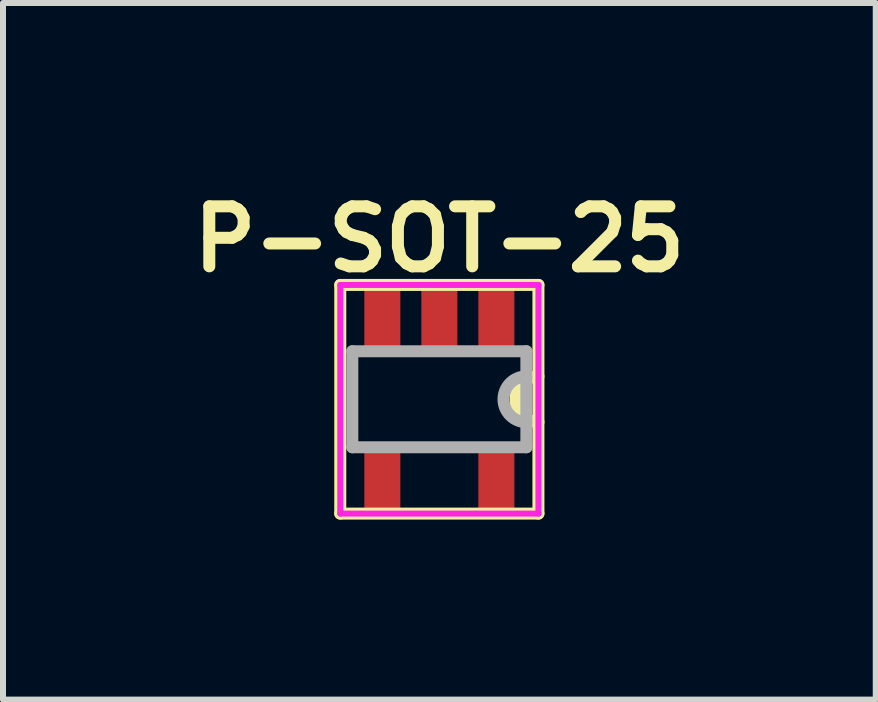
<source format=kicad_pcb>
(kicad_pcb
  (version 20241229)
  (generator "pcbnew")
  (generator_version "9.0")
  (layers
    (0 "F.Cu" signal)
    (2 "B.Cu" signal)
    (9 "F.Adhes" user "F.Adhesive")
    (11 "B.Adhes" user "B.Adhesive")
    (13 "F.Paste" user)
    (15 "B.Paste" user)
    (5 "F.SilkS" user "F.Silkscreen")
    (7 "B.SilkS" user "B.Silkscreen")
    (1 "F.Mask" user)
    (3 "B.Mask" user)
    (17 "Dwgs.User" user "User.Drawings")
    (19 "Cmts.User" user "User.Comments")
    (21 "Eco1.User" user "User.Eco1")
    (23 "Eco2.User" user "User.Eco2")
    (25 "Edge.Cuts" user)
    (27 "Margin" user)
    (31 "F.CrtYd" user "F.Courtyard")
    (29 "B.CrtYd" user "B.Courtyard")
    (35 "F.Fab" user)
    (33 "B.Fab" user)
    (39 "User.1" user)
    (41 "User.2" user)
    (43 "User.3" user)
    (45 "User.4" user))
  (footprint "P-SOT-25"
    (layer "F.Cu")
    (at 4.271 3.603)
    (property "Reference" "P-SOT-25" (at 0 -2.667 0) (layer "F.SilkS") (effects (font (size 1 1) (thickness 0.2))))
    (attr through_hole)
    (fp_line (start -1.651 1.905) (end -1.651 -1.905) (stroke (width 0.2) (type solid)) (layer "F.SilkS"))
    (fp_line (start -1.651 1.905) (end 1.651 1.905) (stroke (width 0.2) (type solid)) (layer "F.SilkS"))
    (fp_line (start 1.651 -1.905) (end -1.651 -1.905) (stroke (width 0.2) (type solid)) (layer "F.SilkS"))
    (fp_line (start 1.651 -1.905) (end 1.651 1.905) (stroke (width 0.2) (type solid)) (layer "F.SilkS"))
    (fp_arc (start 1.651 0.381) (mid 1.27 0) (end 1.651 -0.381) (stroke (width 0.2) (type solid)) (layer "F.SilkS"))
    (fp_line (start -1.651 -1.905) (end 1.651 -1.905) (stroke (width 0.1) (type solid)) (layer "F.CrtYd"))
    (fp_line (start -1.651 1.905) (end -1.651 -1.905) (stroke (width 0.1) (type solid)) (layer "F.CrtYd"))
    (fp_line (start 1.651 -1.905) (end 1.651 1.905) (stroke (width 0.1) (type solid)) (layer "F.CrtYd"))
    (fp_line (start 1.651 1.905) (end -1.651 1.905) (stroke (width 0.1) (type solid)) (layer "F.CrtYd"))
    (fp_line (start -1.45 -0.8) (end -1.45 0.8) (stroke (width 0.2) (type solid)) (layer "F.Fab"))
    (fp_line (start -1.45 -0.8) (end 1.45 -0.8) (stroke (width 0.2) (type solid)) (layer "F.Fab"))
    (fp_line (start -1.45 0.8) (end 1.45 0.8) (stroke (width 0.2) (type solid)) (layer "F.Fab"))
    (fp_line (start 1.45 -0.8) (end 1.45 0.8) (stroke (width 0.2) (type solid)) (layer "F.Fab"))
    (fp_arc (start 1.45 0.381) (mid 1.069 0) (end 1.45 -0.381) (stroke (width 0.2) (type solid)) (layer "F.Fab"))
    (pad "1" smd rect (at 0.95 -1.35) (size 0.6 1.1) (layers "F.Cu" "F.Mask"))
    (pad "2" smd rect (at 0 -1.35) (size 0.6 1.1) (layers "F.Cu" "F.Mask"))
    (pad "3" smd rect (at -0.95 -1.35) (size 0.6 1.1) (layers "F.Cu" "F.Mask"))
    (pad "4" smd rect (at -0.95 1.35) (size 0.6 1.1) (layers "F.Cu" "F.Mask"))
    (pad "5" smd rect (at 0.95 1.35) (size 0.6 1.1) (layers "F.Cu" "F.Mask")))
  (gr_rect
    (start -3 -3)
    (end 11.543 8.608)
    (stroke (width 0.1) (type default))
    (fill no)
    (layer "Edge.Cuts")))
</source>
